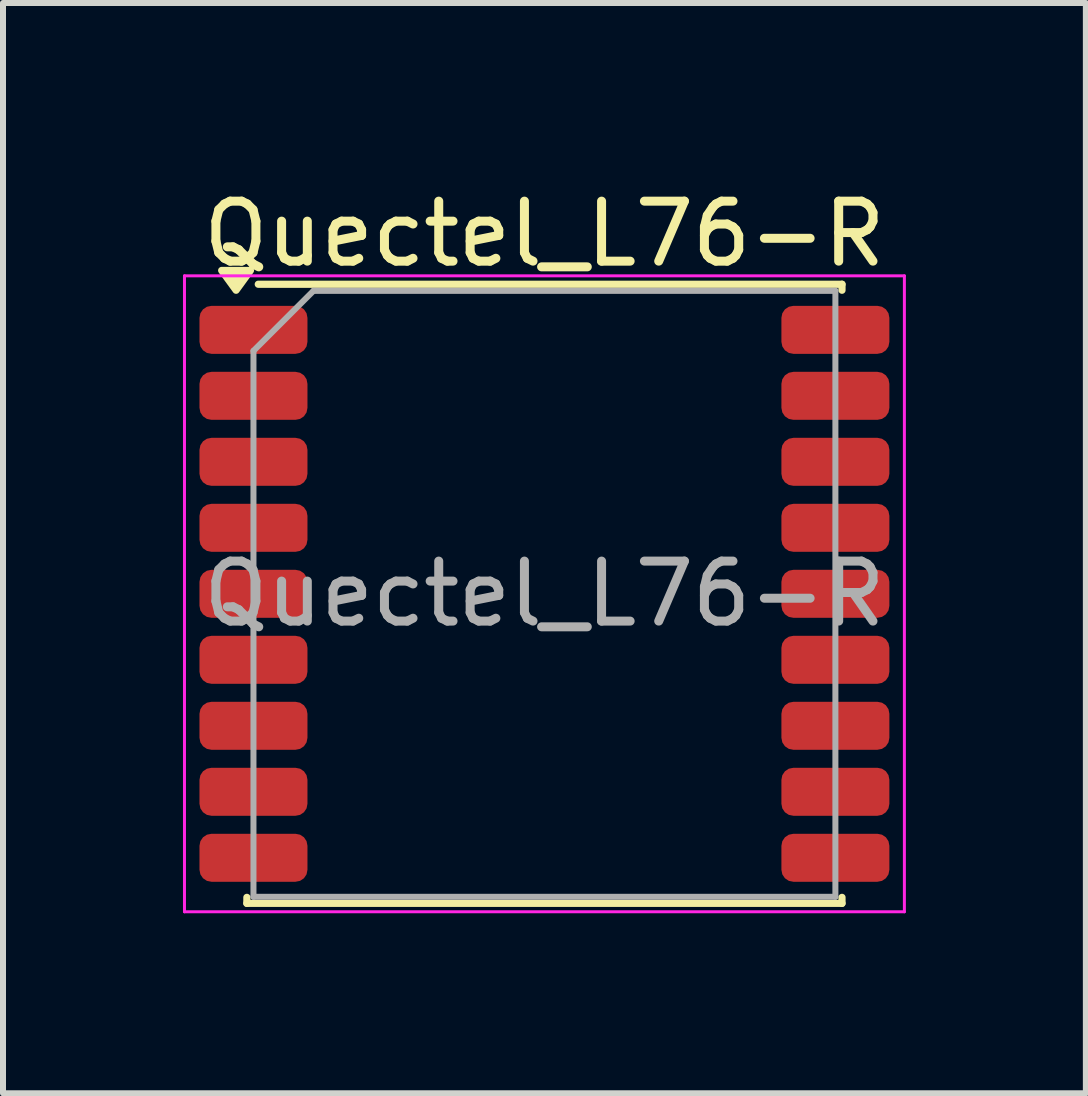
<source format=kicad_pcb>
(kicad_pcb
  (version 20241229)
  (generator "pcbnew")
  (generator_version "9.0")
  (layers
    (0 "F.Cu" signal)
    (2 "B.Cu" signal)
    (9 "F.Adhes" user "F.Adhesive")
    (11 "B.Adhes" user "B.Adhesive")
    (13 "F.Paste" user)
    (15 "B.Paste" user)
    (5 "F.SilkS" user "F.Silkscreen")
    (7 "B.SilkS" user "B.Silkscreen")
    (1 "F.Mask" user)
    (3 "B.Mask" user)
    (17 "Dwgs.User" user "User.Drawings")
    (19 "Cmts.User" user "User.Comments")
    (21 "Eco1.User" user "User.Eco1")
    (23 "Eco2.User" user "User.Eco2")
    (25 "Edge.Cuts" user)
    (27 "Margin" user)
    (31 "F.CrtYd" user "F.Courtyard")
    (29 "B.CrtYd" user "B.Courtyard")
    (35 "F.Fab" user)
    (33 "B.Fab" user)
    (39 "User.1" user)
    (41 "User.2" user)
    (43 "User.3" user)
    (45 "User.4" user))
  (footprint "Quectel_L76-R"
    (layer "F.Cu")
    (at 6.025 6.848)
    (property "Reference" "Quectel_L76-R" (at 0 -6 0) (layer "F.SilkS") (effects (font (size 1 1) (thickness 0.15))))
    (attr smd)
    (fp_line (start -4.96 5.06) (end -4.96 5.16) (stroke (width 0.12) (type solid)) (layer "F.SilkS"))
    (fp_line (start -4.96 5.16) (end 4.96 5.16) (stroke (width 0.12) (type solid)) (layer "F.SilkS"))
    (fp_line (start -4.77 -5.16) (end 4.96 -5.16) (stroke (width 0.12) (type solid)) (layer "F.SilkS"))
    (fp_line (start 4.96 -5.16) (end 4.96 -5.06) (stroke (width 0.12) (type solid)) (layer "F.SilkS"))
    (fp_line (start 4.96 5.06) (end 4.96 5.16) (stroke (width 0.12) (type solid)) (layer "F.SilkS"))
    (fp_poly (pts (xy -5.14 -5.06) (xy -5.38 -5.39) (xy -4.9 -5.39) (xy -5.14 -5.06)) (stroke (width 0.12) (type solid)) (fill yes) (layer "F.SilkS"))
    (fp_line (start -6 -5.3) (end -6 5.3) (stroke (width 0.05) (type solid)) (layer "F.CrtYd"))
    (fp_line (start -6 -5.3) (end 6 -5.3) (stroke (width 0.05) (type solid)) (layer "F.CrtYd"))
    (fp_line (start -6 5.3) (end 6 5.3) (stroke (width 0.05) (type solid)) (layer "F.CrtYd"))
    (fp_line (start 6 -5.3) (end 6 5.3) (stroke (width 0.05) (type solid)) (layer "F.CrtYd"))
    (fp_line (start -4.85 -4.05) (end -4.85 5.05) (stroke (width 0.1) (type solid)) (layer "F.Fab"))
    (fp_line (start -4.85 5.05) (end 4.85 5.05) (stroke (width 0.1) (type solid)) (layer "F.Fab"))
    (fp_line (start -3.85 -5.05) (end -4.85 -4.05) (stroke (width 0.1) (type solid)) (layer "F.Fab"))
    (fp_line (start -3.85 -5.05) (end 4.85 -5.05) (stroke (width 0.1) (type solid)) (layer "F.Fab"))
    (fp_line (start 4.85 -5.05) (end 4.85 5.05) (stroke (width 0.1) (type solid)) (layer "F.Fab"))
    (fp_text user "${REFERENCE}" (at 0 0 0) (layer "F.Fab") (effects (font (size 1 1) (thickness 0.15))))
    (pad "1" smd roundrect (at -4.85 -4.4) (size 1.8 0.8) (layers "F.Cu" "F.Mask" "F.Paste") (roundrect_rratio 0.25))
    (pad "2" smd roundrect (at -4.85 -3.3) (size 1.8 0.8) (layers "F.Cu" "F.Mask" "F.Paste") (roundrect_rratio 0.25))
    (pad "3" smd roundrect (at -4.85 -2.2) (size 1.8 0.8) (layers "F.Cu" "F.Mask" "F.Paste") (roundrect_rratio 0.25))
    (pad "4" smd roundrect (at -4.85 -1.1) (size 1.8 0.8) (layers "F.Cu" "F.Mask" "F.Paste") (roundrect_rratio 0.25))
    (pad "5" smd roundrect (at -4.85 0) (size 1.8 0.8) (layers "F.Cu" "F.Mask" "F.Paste") (roundrect_rratio 0.25))
    (pad "6" smd roundrect (at -4.85 1.1) (size 1.8 0.8) (layers "F.Cu" "F.Mask" "F.Paste") (roundrect_rratio 0.25))
    (pad "7" smd roundrect (at -4.85 2.2) (size 1.8 0.8) (layers "F.Cu" "F.Mask" "F.Paste") (roundrect_rratio 0.25))
    (pad "8" smd roundrect (at -4.85 3.3) (size 1.8 0.8) (layers "F.Cu" "F.Mask" "F.Paste") (roundrect_rratio 0.25))
    (pad "9" smd roundrect (at -4.85 4.4) (size 1.8 0.8) (layers "F.Cu" "F.Mask" "F.Paste") (roundrect_rratio 0.25))
    (pad "10" smd roundrect (at 4.85 4.4) (size 1.8 0.8) (layers "F.Cu" "F.Mask" "F.Paste") (roundrect_rratio 0.25))
    (pad "11" smd roundrect (at 4.85 3.3) (size 1.8 0.8) (layers "F.Cu" "F.Mask" "F.Paste") (roundrect_rratio 0.25))
    (pad "12" smd roundrect (at 4.85 2.2) (size 1.8 0.8) (layers "F.Cu" "F.Mask" "F.Paste") (roundrect_rratio 0.25))
    (pad "13" smd roundrect (at 4.85 1.1) (size 1.8 0.8) (layers "F.Cu" "F.Mask" "F.Paste") (roundrect_rratio 0.25))
    (pad "14" smd roundrect (at 4.85 0) (size 1.8 0.8) (layers "F.Cu" "F.Mask" "F.Paste") (roundrect_rratio 0.25))
    (pad "15" smd roundrect (at 4.85 -1.1) (size 1.8 0.8) (layers "F.Cu" "F.Mask" "F.Paste") (roundrect_rratio 0.25))
    (pad "16" smd roundrect (at 4.85 -2.2) (size 1.8 0.8) (layers "F.Cu" "F.Mask" "F.Paste") (roundrect_rratio 0.25))
    (pad "17" smd roundrect (at 4.85 -3.3) (size 1.8 0.8) (layers "F.Cu" "F.Mask" "F.Paste") (roundrect_rratio 0.25))
    (pad "18" smd roundrect (at 4.85 -4.4) (size 1.8 0.8) (layers "F.Cu" "F.Mask" "F.Paste") (roundrect_rratio 0.25)))
  (gr_rect
    (start -3 -3)
    (end 15.05 15.173)
    (stroke (width 0.1) (type default))
    (fill no)
    (layer "Edge.Cuts")))
</source>
